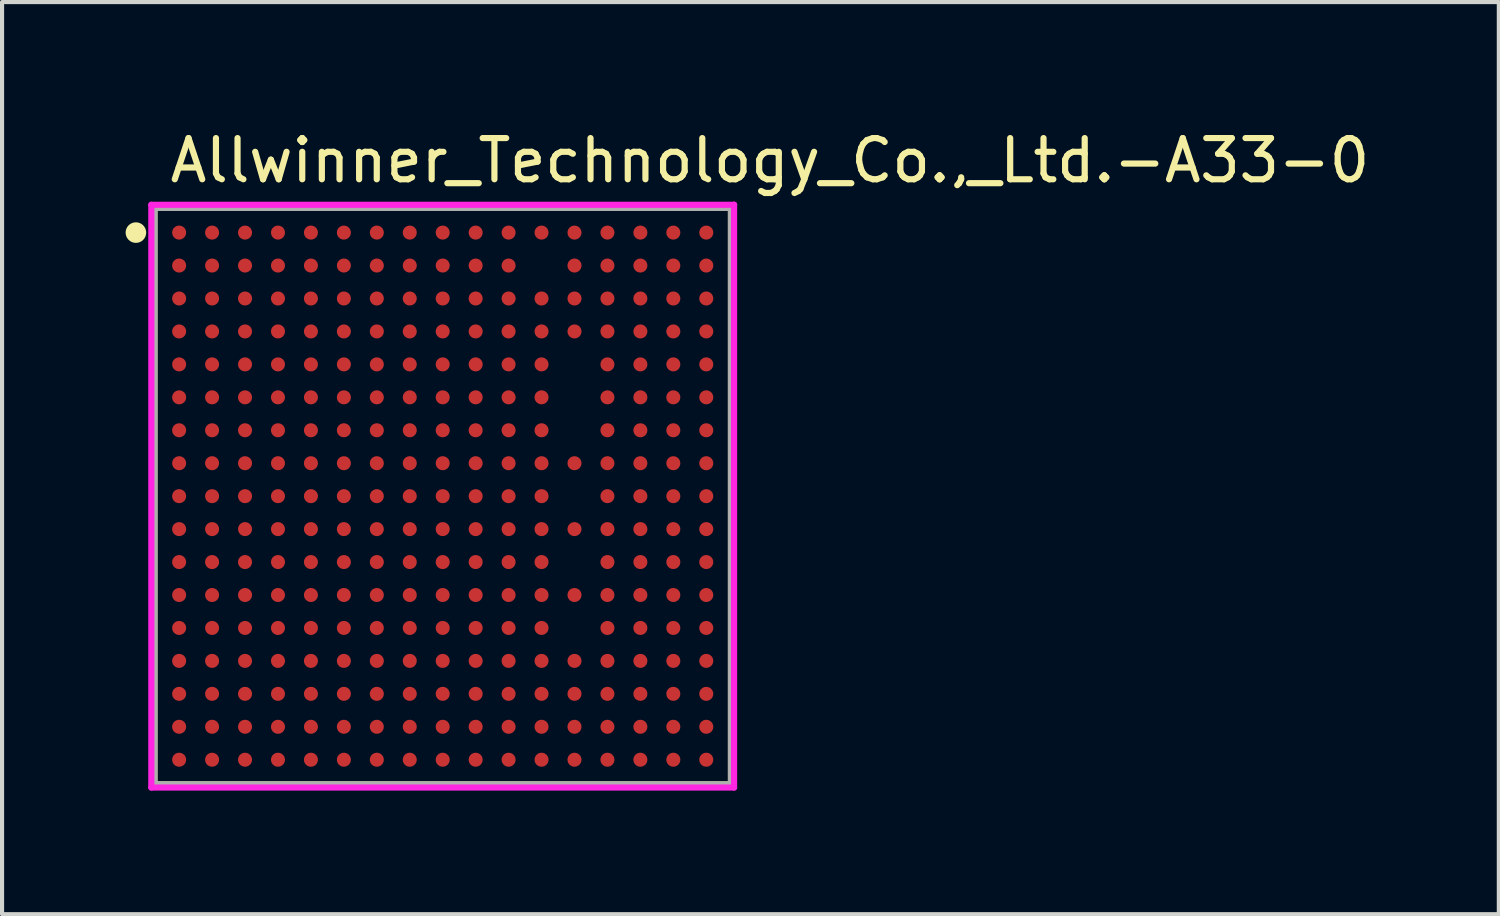
<source format=kicad_pcb>
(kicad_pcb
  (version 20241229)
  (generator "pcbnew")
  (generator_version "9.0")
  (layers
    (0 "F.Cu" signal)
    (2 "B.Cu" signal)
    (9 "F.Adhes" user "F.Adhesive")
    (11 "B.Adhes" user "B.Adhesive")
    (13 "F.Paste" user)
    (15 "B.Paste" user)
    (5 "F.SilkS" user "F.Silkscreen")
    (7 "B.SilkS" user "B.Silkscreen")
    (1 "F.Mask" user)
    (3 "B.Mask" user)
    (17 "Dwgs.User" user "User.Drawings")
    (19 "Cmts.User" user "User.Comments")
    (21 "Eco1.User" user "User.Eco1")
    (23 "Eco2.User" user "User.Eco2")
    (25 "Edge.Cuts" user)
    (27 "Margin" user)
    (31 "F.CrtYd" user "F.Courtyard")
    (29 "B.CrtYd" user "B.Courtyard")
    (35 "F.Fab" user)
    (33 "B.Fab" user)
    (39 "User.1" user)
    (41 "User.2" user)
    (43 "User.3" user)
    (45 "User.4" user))
  (footprint "Allwinner_Technology_Co.,_Ltd.-A33-0"
    (layer "F.Cu")
    (at 7.7 8.998)
    (property "Reference" "Allwinner_Technology_Co.,_Ltd.-A33-0" (at -6.7 -8.15 0) (layer "F.SilkS") (effects (font (size 1 1) (thickness 0.15)) (justify left)))
    (attr through_hole)
    (fp_line (start -7 -7) (end 7 -7) (stroke (width 0.15) (type solid)) (layer "F.SilkS"))
    (fp_line (start -7 7) (end -7 -7) (stroke (width 0.15) (type solid)) (layer "F.SilkS"))
    (fp_line (start 7 -7) (end 7 7) (stroke (width 0.15) (type solid)) (layer "F.SilkS"))
    (fp_line (start 7 7) (end -7 7) (stroke (width 0.15) (type solid)) (layer "F.SilkS"))
    (fp_circle (center -7.45 -6.4) (end -7.325 -6.4) (stroke (width 0.25) (type solid)) (fill no) (layer "F.SilkS"))
    (fp_line (start -7.075 -7.075) (end -7.075 7.075) (stroke (width 0.15) (type solid)) (layer "F.CrtYd"))
    (fp_line (start -7.075 7.075) (end 7.075 7.075) (stroke (width 0.15) (type solid)) (layer "F.CrtYd"))
    (fp_line (start 7.075 -7.075) (end -7.075 -7.075) (stroke (width 0.15) (type solid)) (layer "F.CrtYd"))
    (fp_line (start 7.075 -7.075) (end 7.075 -7.075) (stroke (width 0.15) (type solid)) (layer "F.CrtYd"))
    (fp_line (start 7.075 7.075) (end 7.075 -7.075) (stroke (width 0.15) (type solid)) (layer "F.CrtYd"))
    (fp_line (start -7 -7) (end 7 -7) (stroke (width 0.15) (type solid)) (layer "F.Fab"))
    (fp_line (start -7 7) (end -7 -7) (stroke (width 0.15) (type solid)) (layer "F.Fab"))
    (fp_line (start 7 -7) (end 7 7) (stroke (width 0.15) (type solid)) (layer "F.Fab"))
    (fp_line (start 7 7) (end -7 7) (stroke (width 0.15) (type solid)) (layer "F.Fab"))
    (pad "A1" smd circle (at -6.4 -6.4) (size 0.34 0.34) (layers "F.Cu" "F.Mask" "F.Paste"))
    (pad "A2" smd circle (at -5.6 -6.4) (size 0.34 0.34) (layers "F.Cu" "F.Mask" "F.Paste"))
    (pad "A3" smd circle (at -4.8 -6.4) (size 0.34 0.34) (layers "F.Cu" "F.Mask" "F.Paste"))
    (pad "A4" smd circle (at -4 -6.4) (size 0.34 0.34) (layers "F.Cu" "F.Mask" "F.Paste"))
    (pad "A5" smd circle (at -3.2 -6.4) (size 0.34 0.34) (layers "F.Cu" "F.Mask" "F.Paste"))
    (pad "A6" smd circle (at -2.4 -6.4) (size 0.34 0.34) (layers "F.Cu" "F.Mask" "F.Paste"))
    (pad "A7" smd circle (at -1.6 -6.4) (size 0.34 0.34) (layers "F.Cu" "F.Mask" "F.Paste"))
    (pad "A8" smd circle (at -0.8 -6.4) (size 0.34 0.34) (layers "F.Cu" "F.Mask" "F.Paste"))
    (pad "A9" smd circle (at 0 -6.4) (size 0.34 0.34) (layers "F.Cu" "F.Mask" "F.Paste"))
    (pad "A10" smd circle (at 0.8 -6.4) (size 0.34 0.34) (layers "F.Cu" "F.Mask" "F.Paste"))
    (pad "A11" smd circle (at 1.6 -6.4) (size 0.34 0.34) (layers "F.Cu" "F.Mask" "F.Paste"))
    (pad "A12" smd circle (at 2.4 -6.4) (size 0.34 0.34) (layers "F.Cu" "F.Mask" "F.Paste"))
    (pad "A13" smd circle (at 3.2 -6.4) (size 0.34 0.34) (layers "F.Cu" "F.Mask" "F.Paste"))
    (pad "A14" smd circle (at 4 -6.4) (size 0.34 0.34) (layers "F.Cu" "F.Mask" "F.Paste"))
    (pad "A15" smd circle (at 4.8 -6.4) (size 0.34 0.34) (layers "F.Cu" "F.Mask" "F.Paste"))
    (pad "A16" smd circle (at 5.6 -6.4) (size 0.34 0.34) (layers "F.Cu" "F.Mask" "F.Paste"))
    (pad "A17" smd circle (at 6.4 -6.4) (size 0.34 0.34) (layers "F.Cu" "F.Mask" "F.Paste"))
    (pad "B1" smd circle (at -6.4 -5.6) (size 0.34 0.34) (layers "F.Cu" "F.Mask" "F.Paste"))
    (pad "B2" smd circle (at -5.6 -5.6) (size 0.34 0.34) (layers "F.Cu" "F.Mask" "F.Paste"))
    (pad "B3" smd circle (at -4.8 -5.6) (size 0.34 0.34) (layers "F.Cu" "F.Mask" "F.Paste"))
    (pad "B4" smd circle (at -4 -5.6) (size 0.34 0.34) (layers "F.Cu" "F.Mask" "F.Paste"))
    (pad "B5" smd circle (at -3.2 -5.6) (size 0.34 0.34) (layers "F.Cu" "F.Mask" "F.Paste"))
    (pad "B6" smd circle (at -2.4 -5.6) (size 0.34 0.34) (layers "F.Cu" "F.Mask" "F.Paste"))
    (pad "B7" smd circle (at -1.6 -5.6) (size 0.34 0.34) (layers "F.Cu" "F.Mask" "F.Paste"))
    (pad "B8" smd circle (at -0.8 -5.6) (size 0.34 0.34) (layers "F.Cu" "F.Mask" "F.Paste"))
    (pad "B9" smd circle (at 0 -5.6) (size 0.34 0.34) (layers "F.Cu" "F.Mask" "F.Paste"))
    (pad "B10" smd circle (at 0.8 -5.6) (size 0.34 0.34) (layers "F.Cu" "F.Mask" "F.Paste"))
    (pad "B11" smd circle (at 1.6 -5.6) (size 0.34 0.34) (layers "F.Cu" "F.Mask" "F.Paste"))
    (pad "B13" smd circle (at 3.2 -5.6) (size 0.34 0.34) (layers "F.Cu" "F.Mask" "F.Paste"))
    (pad "B14" smd circle (at 4 -5.6) (size 0.34 0.34) (layers "F.Cu" "F.Mask" "F.Paste"))
    (pad "B15" smd circle (at 4.8 -5.6) (size 0.34 0.34) (layers "F.Cu" "F.Mask" "F.Paste"))
    (pad "B16" smd circle (at 5.6 -5.6) (size 0.34 0.34) (layers "F.Cu" "F.Mask" "F.Paste"))
    (pad "B17" smd circle (at 6.4 -5.6) (size 0.34 0.34) (layers "F.Cu" "F.Mask" "F.Paste"))
    (pad "C1" smd circle (at -6.4 -4.8) (size 0.34 0.34) (layers "F.Cu" "F.Mask" "F.Paste"))
    (pad "C2" smd circle (at -5.6 -4.8) (size 0.34 0.34) (layers "F.Cu" "F.Mask" "F.Paste"))
    (pad "C3" smd circle (at -4.8 -4.8) (size 0.34 0.34) (layers "F.Cu" "F.Mask" "F.Paste"))
    (pad "C4" smd circle (at -4 -4.8) (size 0.34 0.34) (layers "F.Cu" "F.Mask" "F.Paste"))
    (pad "C5" smd circle (at -3.2 -4.8) (size 0.34 0.34) (layers "F.Cu" "F.Mask" "F.Paste"))
    (pad "C6" smd circle (at -2.4 -4.8) (size 0.34 0.34) (layers "F.Cu" "F.Mask" "F.Paste"))
    (pad "C7" smd circle (at -1.6 -4.8) (size 0.34 0.34) (layers "F.Cu" "F.Mask" "F.Paste"))
    (pad "C8" smd circle (at -0.8 -4.8) (size 0.34 0.34) (layers "F.Cu" "F.Mask" "F.Paste"))
    (pad "C9" smd circle (at 0 -4.8) (size 0.34 0.34) (layers "F.Cu" "F.Mask" "F.Paste"))
    (pad "C10" smd circle (at 0.8 -4.8) (size 0.34 0.34) (layers "F.Cu" "F.Mask" "F.Paste"))
    (pad "C11" smd circle (at 1.6 -4.8) (size 0.34 0.34) (layers "F.Cu" "F.Mask" "F.Paste"))
    (pad "C12" smd circle (at 2.4 -4.8) (size 0.34 0.34) (layers "F.Cu" "F.Mask" "F.Paste"))
    (pad "C13" smd circle (at 3.2 -4.8) (size 0.34 0.34) (layers "F.Cu" "F.Mask" "F.Paste"))
    (pad "C14" smd circle (at 4 -4.8) (size 0.34 0.34) (layers "F.Cu" "F.Mask" "F.Paste"))
    (pad "C15" smd circle (at 4.8 -4.8) (size 0.34 0.34) (layers "F.Cu" "F.Mask" "F.Paste"))
    (pad "C16" smd circle (at 5.6 -4.8) (size 0.34 0.34) (layers "F.Cu" "F.Mask" "F.Paste"))
    (pad "C17" smd circle (at 6.4 -4.8) (size 0.34 0.34) (layers "F.Cu" "F.Mask" "F.Paste"))
    (pad "D1" smd circle (at -6.4 -4) (size 0.34 0.34) (layers "F.Cu" "F.Mask" "F.Paste"))
    (pad "D2" smd circle (at -5.6 -4) (size 0.34 0.34) (layers "F.Cu" "F.Mask" "F.Paste"))
    (pad "D3" smd circle (at -4.8 -4) (size 0.34 0.34) (layers "F.Cu" "F.Mask" "F.Paste"))
    (pad "D4" smd circle (at -4 -4) (size 0.34 0.34) (layers "F.Cu" "F.Mask" "F.Paste"))
    (pad "D5" smd circle (at -3.2 -4) (size 0.34 0.34) (layers "F.Cu" "F.Mask" "F.Paste"))
    (pad "D6" smd circle (at -2.4 -4) (size 0.34 0.34) (layers "F.Cu" "F.Mask" "F.Paste"))
    (pad "D7" smd circle (at -1.6 -4) (size 0.34 0.34) (layers "F.Cu" "F.Mask" "F.Paste"))
    (pad "D8" smd circle (at -0.8 -4) (size 0.34 0.34) (layers "F.Cu" "F.Mask" "F.Paste"))
    (pad "D9" smd circle (at 0 -4) (size 0.34 0.34) (layers "F.Cu" "F.Mask" "F.Paste"))
    (pad "D10" smd circle (at 0.8 -4) (size 0.34 0.34) (layers "F.Cu" "F.Mask" "F.Paste"))
    (pad "D11" smd circle (at 1.6 -4) (size 0.34 0.34) (layers "F.Cu" "F.Mask" "F.Paste"))
    (pad "D12" smd circle (at 2.4 -4) (size 0.34 0.34) (layers "F.Cu" "F.Mask" "F.Paste"))
    (pad "D13" smd circle (at 3.2 -4) (size 0.34 0.34) (layers "F.Cu" "F.Mask" "F.Paste"))
    (pad "D14" smd circle (at 4 -4) (size 0.34 0.34) (layers "F.Cu" "F.Mask" "F.Paste"))
    (pad "D15" smd circle (at 4.8 -4) (size 0.34 0.34) (layers "F.Cu" "F.Mask" "F.Paste"))
    (pad "D16" smd circle (at 5.6 -4) (size 0.34 0.34) (layers "F.Cu" "F.Mask" "F.Paste"))
    (pad "D17" smd circle (at 6.4 -4) (size 0.34 0.34) (layers "F.Cu" "F.Mask" "F.Paste"))
    (pad "E1" smd circle (at -6.4 -3.2) (size 0.34 0.34) (layers "F.Cu" "F.Mask" "F.Paste"))
    (pad "E2" smd circle (at -5.6 -3.2) (size 0.34 0.34) (layers "F.Cu" "F.Mask" "F.Paste"))
    (pad "E3" smd circle (at -4.8 -3.2) (size 0.34 0.34) (layers "F.Cu" "F.Mask" "F.Paste"))
    (pad "E4" smd circle (at -4 -3.2) (size 0.34 0.34) (layers "F.Cu" "F.Mask" "F.Paste"))
    (pad "E5" smd circle (at -3.2 -3.2) (size 0.34 0.34) (layers "F.Cu" "F.Mask" "F.Paste"))
    (pad "E6" smd circle (at -2.4 -3.2) (size 0.34 0.34) (layers "F.Cu" "F.Mask" "F.Paste"))
    (pad "E7" smd circle (at -1.6 -3.2) (size 0.34 0.34) (layers "F.Cu" "F.Mask" "F.Paste"))
    (pad "E8" smd circle (at -0.8 -3.2) (size 0.34 0.34) (layers "F.Cu" "F.Mask" "F.Paste"))
    (pad "E9" smd circle (at 0 -3.2) (size 0.34 0.34) (layers "F.Cu" "F.Mask" "F.Paste"))
    (pad "E10" smd circle (at 0.8 -3.2) (size 0.34 0.34) (layers "F.Cu" "F.Mask" "F.Paste"))
    (pad "E11" smd circle (at 1.6 -3.2) (size 0.34 0.34) (layers "F.Cu" "F.Mask" "F.Paste"))
    (pad "E12" smd circle (at 2.4 -3.2) (size 0.34 0.34) (layers "F.Cu" "F.Mask" "F.Paste"))
    (pad "E14" smd circle (at 4 -3.2) (size 0.34 0.34) (layers "F.Cu" "F.Mask" "F.Paste"))
    (pad "E15" smd circle (at 4.8 -3.2) (size 0.34 0.34) (layers "F.Cu" "F.Mask" "F.Paste"))
    (pad "E16" smd circle (at 5.6 -3.2) (size 0.34 0.34) (layers "F.Cu" "F.Mask" "F.Paste"))
    (pad "E17" smd circle (at 6.4 -3.2) (size 0.34 0.34) (layers "F.Cu" "F.Mask" "F.Paste"))
    (pad "F1" smd circle (at -6.4 -2.4) (size 0.34 0.34) (layers "F.Cu" "F.Mask" "F.Paste"))
    (pad "F2" smd circle (at -5.6 -2.4) (size 0.34 0.34) (layers "F.Cu" "F.Mask" "F.Paste"))
    (pad "F3" smd circle (at -4.8 -2.4) (size 0.34 0.34) (layers "F.Cu" "F.Mask" "F.Paste"))
    (pad "F4" smd circle (at -4 -2.4) (size 0.34 0.34) (layers "F.Cu" "F.Mask" "F.Paste"))
    (pad "F5" smd circle (at -3.2 -2.4) (size 0.34 0.34) (layers "F.Cu" "F.Mask" "F.Paste"))
    (pad "F6" smd circle (at -2.4 -2.4) (size 0.34 0.34) (layers "F.Cu" "F.Mask" "F.Paste"))
    (pad "F7" smd circle (at -1.6 -2.4) (size 0.34 0.34) (layers "F.Cu" "F.Mask" "F.Paste"))
    (pad "F8" smd circle (at -0.8 -2.4) (size 0.34 0.34) (layers "F.Cu" "F.Mask" "F.Paste"))
    (pad "F9" smd circle (at 0 -2.4) (size 0.34 0.34) (layers "F.Cu" "F.Mask" "F.Paste"))
    (pad "F10" smd circle (at 0.8 -2.4) (size 0.34 0.34) (layers "F.Cu" "F.Mask" "F.Paste"))
    (pad "F11" smd circle (at 1.6 -2.4) (size 0.34 0.34) (layers "F.Cu" "F.Mask" "F.Paste"))
    (pad "F12" smd circle (at 2.4 -2.4) (size 0.34 0.34) (layers "F.Cu" "F.Mask" "F.Paste"))
    (pad "F14" smd circle (at 4 -2.4) (size 0.34 0.34) (layers "F.Cu" "F.Mask" "F.Paste"))
    (pad "F15" smd circle (at 4.8 -2.4) (size 0.34 0.34) (layers "F.Cu" "F.Mask" "F.Paste"))
    (pad "F16" smd circle (at 5.6 -2.4) (size 0.34 0.34) (layers "F.Cu" "F.Mask" "F.Paste"))
    (pad "F17" smd circle (at 6.4 -2.4) (size 0.34 0.34) (layers "F.Cu" "F.Mask" "F.Paste"))
    (pad "G1" smd circle (at -6.4 -1.6) (size 0.34 0.34) (layers "F.Cu" "F.Mask" "F.Paste"))
    (pad "G2" smd circle (at -5.6 -1.6) (size 0.34 0.34) (layers "F.Cu" "F.Mask" "F.Paste"))
    (pad "G3" smd circle (at -4.8 -1.6) (size 0.34 0.34) (layers "F.Cu" "F.Mask" "F.Paste"))
    (pad "G4" smd circle (at -4 -1.6) (size 0.34 0.34) (layers "F.Cu" "F.Mask" "F.Paste"))
    (pad "G5" smd circle (at -3.2 -1.6) (size 0.34 0.34) (layers "F.Cu" "F.Mask" "F.Paste"))
    (pad "G6" smd circle (at -2.4 -1.6) (size 0.34 0.34) (layers "F.Cu" "F.Mask" "F.Paste"))
    (pad "G7" smd circle (at -1.6 -1.6) (size 0.34 0.34) (layers "F.Cu" "F.Mask" "F.Paste"))
    (pad "G8" smd circle (at -0.8 -1.6) (size 0.34 0.34) (layers "F.Cu" "F.Mask" "F.Paste"))
    (pad "G9" smd circle (at 0 -1.6) (size 0.34 0.34) (layers "F.Cu" "F.Mask" "F.Paste"))
    (pad "G10" smd circle (at 0.8 -1.6) (size 0.34 0.34) (layers "F.Cu" "F.Mask" "F.Paste"))
    (pad "G11" smd circle (at 1.6 -1.6) (size 0.34 0.34) (layers "F.Cu" "F.Mask" "F.Paste"))
    (pad "G12" smd circle (at 2.4 -1.6) (size 0.34 0.34) (layers "F.Cu" "F.Mask" "F.Paste"))
    (pad "G14" smd circle (at 4 -1.6) (size 0.34 0.34) (layers "F.Cu" "F.Mask" "F.Paste"))
    (pad "G15" smd circle (at 4.8 -1.6) (size 0.34 0.34) (layers "F.Cu" "F.Mask" "F.Paste"))
    (pad "G16" smd circle (at 5.6 -1.6) (size 0.34 0.34) (layers "F.Cu" "F.Mask" "F.Paste"))
    (pad "G17" smd circle (at 6.4 -1.6) (size 0.34 0.34) (layers "F.Cu" "F.Mask" "F.Paste"))
    (pad "H1" smd circle (at -6.4 -0.8) (size 0.34 0.34) (layers "F.Cu" "F.Mask" "F.Paste"))
    (pad "H2" smd circle (at -5.6 -0.8) (size 0.34 0.34) (layers "F.Cu" "F.Mask" "F.Paste"))
    (pad "H3" smd circle (at -4.8 -0.8) (size 0.34 0.34) (layers "F.Cu" "F.Mask" "F.Paste"))
    (pad "H4" smd circle (at -4 -0.8) (size 0.34 0.34) (layers "F.Cu" "F.Mask" "F.Paste"))
    (pad "H5" smd circle (at -3.2 -0.8) (size 0.34 0.34) (layers "F.Cu" "F.Mask" "F.Paste"))
    (pad "H6" smd circle (at -2.4 -0.8) (size 0.34 0.34) (layers "F.Cu" "F.Mask" "F.Paste"))
    (pad "H7" smd circle (at -1.6 -0.8) (size 0.34 0.34) (layers "F.Cu" "F.Mask" "F.Paste"))
    (pad "H8" smd circle (at -0.8 -0.8) (size 0.34 0.34) (layers "F.Cu" "F.Mask" "F.Paste"))
    (pad "H9" smd circle (at 0 -0.8) (size 0.34 0.34) (layers "F.Cu" "F.Mask" "F.Paste"))
    (pad "H10" smd circle (at 0.8 -0.8) (size 0.34 0.34) (layers "F.Cu" "F.Mask" "F.Paste"))
    (pad "H11" smd circle (at 1.6 -0.8) (size 0.34 0.34) (layers "F.Cu" "F.Mask" "F.Paste"))
    (pad "H12" smd circle (at 2.4 -0.8) (size 0.34 0.34) (layers "F.Cu" "F.Mask" "F.Paste"))
    (pad "H13" smd circle (at 3.2 -0.8) (size 0.34 0.34) (layers "F.Cu" "F.Mask" "F.Paste"))
    (pad "H14" smd circle (at 4 -0.8) (size 0.34 0.34) (layers "F.Cu" "F.Mask" "F.Paste"))
    (pad "H15" smd circle (at 4.8 -0.8) (size 0.34 0.34) (layers "F.Cu" "F.Mask" "F.Paste"))
    (pad "H16" smd circle (at 5.6 -0.8) (size 0.34 0.34) (layers "F.Cu" "F.Mask" "F.Paste"))
    (pad "H17" smd circle (at 6.4 -0.8) (size 0.34 0.34) (layers "F.Cu" "F.Mask" "F.Paste"))
    (pad "J1" smd circle (at -6.4 0) (size 0.34 0.34) (layers "F.Cu" "F.Mask" "F.Paste"))
    (pad "J2" smd circle (at -5.6 0) (size 0.34 0.34) (layers "F.Cu" "F.Mask" "F.Paste"))
    (pad "J3" smd circle (at -4.8 0) (size 0.34 0.34) (layers "F.Cu" "F.Mask" "F.Paste"))
    (pad "J4" smd circle (at -4 0) (size 0.34 0.34) (layers "F.Cu" "F.Mask" "F.Paste"))
    (pad "J5" smd circle (at -3.2 0) (size 0.34 0.34) (layers "F.Cu" "F.Mask" "F.Paste"))
    (pad "J6" smd circle (at -2.4 0) (size 0.34 0.34) (layers "F.Cu" "F.Mask" "F.Paste"))
    (pad "J7" smd circle (at -1.6 0) (size 0.34 0.34) (layers "F.Cu" "F.Mask" "F.Paste"))
    (pad "J8" smd circle (at -0.8 0) (size 0.34 0.34) (layers "F.Cu" "F.Mask" "F.Paste"))
    (pad "J9" smd circle (at 0 0) (size 0.34 0.34) (layers "F.Cu" "F.Mask" "F.Paste"))
    (pad "J10" smd circle (at 0.8 0) (size 0.34 0.34) (layers "F.Cu" "F.Mask" "F.Paste"))
    (pad "J11" smd circle (at 1.6 0) (size 0.34 0.34) (layers "F.Cu" "F.Mask" "F.Paste"))
    (pad "J12" smd circle (at 2.4 0) (size 0.34 0.34) (layers "F.Cu" "F.Mask" "F.Paste"))
    (pad "J14" smd circle (at 4 0) (size 0.34 0.34) (layers "F.Cu" "F.Mask" "F.Paste"))
    (pad "J15" smd circle (at 4.8 0) (size 0.34 0.34) (layers "F.Cu" "F.Mask" "F.Paste"))
    (pad "J16" smd circle (at 5.6 0) (size 0.34 0.34) (layers "F.Cu" "F.Mask" "F.Paste"))
    (pad "J17" smd circle (at 6.4 0) (size 0.34 0.34) (layers "F.Cu" "F.Mask" "F.Paste"))
    (pad "K1" smd circle (at -6.4 0.8) (size 0.34 0.34) (layers "F.Cu" "F.Mask" "F.Paste"))
    (pad "K2" smd circle (at -5.6 0.8) (size 0.34 0.34) (layers "F.Cu" "F.Mask" "F.Paste"))
    (pad "K3" smd circle (at -4.8 0.8) (size 0.34 0.34) (layers "F.Cu" "F.Mask" "F.Paste"))
    (pad "K4" smd circle (at -4 0.8) (size 0.34 0.34) (layers "F.Cu" "F.Mask" "F.Paste"))
    (pad "K5" smd circle (at -3.2 0.8) (size 0.34 0.34) (layers "F.Cu" "F.Mask" "F.Paste"))
    (pad "K6" smd circle (at -2.4 0.8) (size 0.34 0.34) (layers "F.Cu" "F.Mask" "F.Paste"))
    (pad "K7" smd circle (at -1.6 0.8) (size 0.34 0.34) (layers "F.Cu" "F.Mask" "F.Paste"))
    (pad "K8" smd circle (at -0.8 0.8) (size 0.34 0.34) (layers "F.Cu" "F.Mask" "F.Paste"))
    (pad "K9" smd circle (at 0 0.8) (size 0.34 0.34) (layers "F.Cu" "F.Mask" "F.Paste"))
    (pad "K10" smd circle (at 0.8 0.8) (size 0.34 0.34) (layers "F.Cu" "F.Mask" "F.Paste"))
    (pad "K11" smd circle (at 1.6 0.8) (size 0.34 0.34) (layers "F.Cu" "F.Mask" "F.Paste"))
    (pad "K12" smd circle (at 2.4 0.8) (size 0.34 0.34) (layers "F.Cu" "F.Mask" "F.Paste"))
    (pad "K13" smd circle (at 3.2 0.8) (size 0.34 0.34) (layers "F.Cu" "F.Mask" "F.Paste"))
    (pad "K14" smd circle (at 4 0.8) (size 0.34 0.34) (layers "F.Cu" "F.Mask" "F.Paste"))
    (pad "K15" smd circle (at 4.8 0.8) (size 0.34 0.34) (layers "F.Cu" "F.Mask" "F.Paste"))
    (pad "K16" smd circle (at 5.6 0.8) (size 0.34 0.34) (layers "F.Cu" "F.Mask" "F.Paste"))
    (pad "K17" smd circle (at 6.4 0.8) (size 0.34 0.34) (layers "F.Cu" "F.Mask" "F.Paste"))
    (pad "L1" smd circle (at -6.4 1.6) (size 0.34 0.34) (layers "F.Cu" "F.Mask" "F.Paste"))
    (pad "L2" smd circle (at -5.6 1.6) (size 0.34 0.34) (layers "F.Cu" "F.Mask" "F.Paste"))
    (pad "L3" smd circle (at -4.8 1.6) (size 0.34 0.34) (layers "F.Cu" "F.Mask" "F.Paste"))
    (pad "L4" smd circle (at -4 1.6) (size 0.34 0.34) (layers "F.Cu" "F.Mask" "F.Paste"))
    (pad "L5" smd circle (at -3.2 1.6) (size 0.34 0.34) (layers "F.Cu" "F.Mask" "F.Paste"))
    (pad "L6" smd circle (at -2.4 1.6) (size 0.34 0.34) (layers "F.Cu" "F.Mask" "F.Paste"))
    (pad "L7" smd circle (at -1.6 1.6) (size 0.34 0.34) (layers "F.Cu" "F.Mask" "F.Paste"))
    (pad "L8" smd circle (at -0.8 1.6) (size 0.34 0.34) (layers "F.Cu" "F.Mask" "F.Paste"))
    (pad "L9" smd circle (at 0 1.6) (size 0.34 0.34) (layers "F.Cu" "F.Mask" "F.Paste"))
    (pad "L10" smd circle (at 0.8 1.6) (size 0.34 0.34) (layers "F.Cu" "F.Mask" "F.Paste"))
    (pad "L11" smd circle (at 1.6 1.6) (size 0.34 0.34) (layers "F.Cu" "F.Mask" "F.Paste"))
    (pad "L12" smd circle (at 2.4 1.6) (size 0.34 0.34) (layers "F.Cu" "F.Mask" "F.Paste"))
    (pad "L14" smd circle (at 4 1.6) (size 0.34 0.34) (layers "F.Cu" "F.Mask" "F.Paste"))
    (pad "L15" smd circle (at 4.8 1.6) (size 0.34 0.34) (layers "F.Cu" "F.Mask" "F.Paste"))
    (pad "L16" smd circle (at 5.6 1.6) (size 0.34 0.34) (layers "F.Cu" "F.Mask" "F.Paste"))
    (pad "L17" smd circle (at 6.4 1.6) (size 0.34 0.34) (layers "F.Cu" "F.Mask" "F.Paste"))
    (pad "M1" smd circle (at -6.4 2.4) (size 0.34 0.34) (layers "F.Cu" "F.Mask" "F.Paste"))
    (pad "M2" smd circle (at -5.6 2.4) (size 0.34 0.34) (layers "F.Cu" "F.Mask" "F.Paste"))
    (pad "M3" smd circle (at -4.8 2.4) (size 0.34 0.34) (layers "F.Cu" "F.Mask" "F.Paste"))
    (pad "M4" smd circle (at -4 2.4) (size 0.34 0.34) (layers "F.Cu" "F.Mask" "F.Paste"))
    (pad "M5" smd circle (at -3.2 2.4) (size 0.34 0.34) (layers "F.Cu" "F.Mask" "F.Paste"))
    (pad "M6" smd circle (at -2.4 2.4) (size 0.34 0.34) (layers "F.Cu" "F.Mask" "F.Paste"))
    (pad "M7" smd circle (at -1.6 2.4) (size 0.34 0.34) (layers "F.Cu" "F.Mask" "F.Paste"))
    (pad "M8" smd circle (at -0.8 2.4) (size 0.34 0.34) (layers "F.Cu" "F.Mask" "F.Paste"))
    (pad "M9" smd circle (at 0 2.4) (size 0.34 0.34) (layers "F.Cu" "F.Mask" "F.Paste"))
    (pad "M10" smd circle (at 0.8 2.4) (size 0.34 0.34) (layers "F.Cu" "F.Mask" "F.Paste"))
    (pad "M11" smd circle (at 1.6 2.4) (size 0.34 0.34) (layers "F.Cu" "F.Mask" "F.Paste"))
    (pad "M12" smd circle (at 2.4 2.4) (size 0.34 0.34) (layers "F.Cu" "F.Mask" "F.Paste"))
    (pad "M13" smd circle (at 3.2 2.4) (size 0.34 0.34) (layers "F.Cu" "F.Mask" "F.Paste"))
    (pad "M14" smd circle (at 4 2.4) (size 0.34 0.34) (layers "F.Cu" "F.Mask" "F.Paste"))
    (pad "M15" smd circle (at 4.8 2.4) (size 0.34 0.34) (layers "F.Cu" "F.Mask" "F.Paste"))
    (pad "M16" smd circle (at 5.6 2.4) (size 0.34 0.34) (layers "F.Cu" "F.Mask" "F.Paste"))
    (pad "M17" smd circle (at 6.4 2.4) (size 0.34 0.34) (layers "F.Cu" "F.Mask" "F.Paste"))
    (pad "N1" smd circle (at -6.4 3.2) (size 0.34 0.34) (layers "F.Cu" "F.Mask" "F.Paste"))
    (pad "N2" smd circle (at -5.6 3.2) (size 0.34 0.34) (layers "F.Cu" "F.Mask" "F.Paste"))
    (pad "N3" smd circle (at -4.8 3.2) (size 0.34 0.34) (layers "F.Cu" "F.Mask" "F.Paste"))
    (pad "N4" smd circle (at -4 3.2) (size 0.34 0.34) (layers "F.Cu" "F.Mask" "F.Paste"))
    (pad "N5" smd circle (at -3.2 3.2) (size 0.34 0.34) (layers "F.Cu" "F.Mask" "F.Paste"))
    (pad "N6" smd circle (at -2.4 3.2) (size 0.34 0.34) (layers "F.Cu" "F.Mask" "F.Paste"))
    (pad "N7" smd circle (at -1.6 3.2) (size 0.34 0.34) (layers "F.Cu" "F.Mask" "F.Paste"))
    (pad "N8" smd circle (at -0.8 3.2) (size 0.34 0.34) (layers "F.Cu" "F.Mask" "F.Paste"))
    (pad "N9" smd circle (at 0 3.2) (size 0.34 0.34) (layers "F.Cu" "F.Mask" "F.Paste"))
    (pad "N10" smd circle (at 0.8 3.2) (size 0.34 0.34) (layers "F.Cu" "F.Mask" "F.Paste"))
    (pad "N11" smd circle (at 1.6 3.2) (size 0.34 0.34) (layers "F.Cu" "F.Mask" "F.Paste"))
    (pad "N12" smd circle (at 2.4 3.2) (size 0.34 0.34) (layers "F.Cu" "F.Mask" "F.Paste"))
    (pad "N14" smd circle (at 4 3.2) (size 0.34 0.34) (layers "F.Cu" "F.Mask" "F.Paste"))
    (pad "N15" smd circle (at 4.8 3.2) (size 0.34 0.34) (layers "F.Cu" "F.Mask" "F.Paste"))
    (pad "N16" smd circle (at 5.6 3.2) (size 0.34 0.34) (layers "F.Cu" "F.Mask" "F.Paste"))
    (pad "N17" smd circle (at 6.4 3.2) (size 0.34 0.34) (layers "F.Cu" "F.Mask" "F.Paste"))
    (pad "P1" smd circle (at -6.4 4) (size 0.34 0.34) (layers "F.Cu" "F.Mask" "F.Paste"))
    (pad "P2" smd circle (at -5.6 4) (size 0.34 0.34) (layers "F.Cu" "F.Mask" "F.Paste"))
    (pad "P3" smd circle (at -4.8 4) (size 0.34 0.34) (layers "F.Cu" "F.Mask" "F.Paste"))
    (pad "P4" smd circle (at -4 4) (size 0.34 0.34) (layers "F.Cu" "F.Mask" "F.Paste"))
    (pad "P5" smd circle (at -3.2 4) (size 0.34 0.34) (layers "F.Cu" "F.Mask" "F.Paste"))
    (pad "P6" smd circle (at -2.4 4) (size 0.34 0.34) (layers "F.Cu" "F.Mask" "F.Paste"))
    (pad "P7" smd circle (at -1.6 4) (size 0.34 0.34) (layers "F.Cu" "F.Mask" "F.Paste"))
    (pad "P8" smd circle (at -0.8 4) (size 0.34 0.34) (layers "F.Cu" "F.Mask" "F.Paste"))
    (pad "P9" smd circle (at 0 4) (size 0.34 0.34) (layers "F.Cu" "F.Mask" "F.Paste"))
    (pad "P10" smd circle (at 0.8 4) (size 0.34 0.34) (layers "F.Cu" "F.Mask" "F.Paste"))
    (pad "P11" smd circle (at 1.6 4) (size 0.34 0.34) (layers "F.Cu" "F.Mask" "F.Paste"))
    (pad "P12" smd circle (at 2.4 4) (size 0.34 0.34) (layers "F.Cu" "F.Mask" "F.Paste"))
    (pad "P13" smd circle (at 3.2 4) (size 0.34 0.34) (layers "F.Cu" "F.Mask" "F.Paste"))
    (pad "P14" smd circle (at 4 4) (size 0.34 0.34) (layers "F.Cu" "F.Mask" "F.Paste"))
    (pad "P15" smd circle (at 4.8 4) (size 0.34 0.34) (layers "F.Cu" "F.Mask" "F.Paste"))
    (pad "P16" smd circle (at 5.6 4) (size 0.34 0.34) (layers "F.Cu" "F.Mask" "F.Paste"))
    (pad "P17" smd circle (at 6.4 4) (size 0.34 0.34) (layers "F.Cu" "F.Mask" "F.Paste"))
    (pad "R1" smd circle (at -6.4 4.8) (size 0.34 0.34) (layers "F.Cu" "F.Mask" "F.Paste"))
    (pad "R2" smd circle (at -5.6 4.8) (size 0.34 0.34) (layers "F.Cu" "F.Mask" "F.Paste"))
    (pad "R3" smd circle (at -4.8 4.8) (size 0.34 0.34) (layers "F.Cu" "F.Mask" "F.Paste"))
    (pad "R4" smd circle (at -4 4.8) (size 0.34 0.34) (layers "F.Cu" "F.Mask" "F.Paste"))
    (pad "R5" smd circle (at -3.2 4.8) (size 0.34 0.34) (layers "F.Cu" "F.Mask" "F.Paste"))
    (pad "R6" smd circle (at -2.4 4.8) (size 0.34 0.34) (layers "F.Cu" "F.Mask" "F.Paste"))
    (pad "R7" smd circle (at -1.6 4.8) (size 0.34 0.34) (layers "F.Cu" "F.Mask" "F.Paste"))
    (pad "R8" smd circle (at -0.8 4.8) (size 0.34 0.34) (layers "F.Cu" "F.Mask" "F.Paste"))
    (pad "R9" smd circle (at 0 4.8) (size 0.34 0.34) (layers "F.Cu" "F.Mask" "F.Paste"))
    (pad "R10" smd circle (at 0.8 4.8) (size 0.34 0.34) (layers "F.Cu" "F.Mask" "F.Paste"))
    (pad "R11" smd circle (at 1.6 4.8) (size 0.34 0.34) (layers "F.Cu" "F.Mask" "F.Paste"))
    (pad "R12" smd circle (at 2.4 4.8) (size 0.34 0.34) (layers "F.Cu" "F.Mask" "F.Paste"))
    (pad "R13" smd circle (at 3.2 4.8) (size 0.34 0.34) (layers "F.Cu" "F.Mask" "F.Paste"))
    (pad "R14" smd circle (at 4 4.8) (size 0.34 0.34) (layers "F.Cu" "F.Mask" "F.Paste"))
    (pad "R15" smd circle (at 4.8 4.8) (size 0.34 0.34) (layers "F.Cu" "F.Mask" "F.Paste"))
    (pad "R16" smd circle (at 5.6 4.8) (size 0.34 0.34) (layers "F.Cu" "F.Mask" "F.Paste"))
    (pad "R17" smd circle (at 6.4 4.8) (size 0.34 0.34) (layers "F.Cu" "F.Mask" "F.Paste"))
    (pad "T1" smd circle (at -6.4 5.6) (size 0.34 0.34) (layers "F.Cu" "F.Mask" "F.Paste"))
    (pad "T2" smd circle (at -5.6 5.6) (size 0.34 0.34) (layers "F.Cu" "F.Mask" "F.Paste"))
    (pad "T3" smd circle (at -4.8 5.6) (size 0.34 0.34) (layers "F.Cu" "F.Mask" "F.Paste"))
    (pad "T4" smd circle (at -4 5.6) (size 0.34 0.34) (layers "F.Cu" "F.Mask" "F.Paste"))
    (pad "T5" smd circle (at -3.2 5.6) (size 0.34 0.34) (layers "F.Cu" "F.Mask" "F.Paste"))
    (pad "T6" smd circle (at -2.4 5.6) (size 0.34 0.34) (layers "F.Cu" "F.Mask" "F.Paste"))
    (pad "T7" smd circle (at -1.6 5.6) (size 0.34 0.34) (layers "F.Cu" "F.Mask" "F.Paste"))
    (pad "T8" smd circle (at -0.8 5.6) (size 0.34 0.34) (layers "F.Cu" "F.Mask" "F.Paste"))
    (pad "T9" smd circle (at 0 5.6) (size 0.34 0.34) (layers "F.Cu" "F.Mask" "F.Paste"))
    (pad "T10" smd circle (at 0.8 5.6) (size 0.34 0.34) (layers "F.Cu" "F.Mask" "F.Paste"))
    (pad "T11" smd circle (at 1.6 5.6) (size 0.34 0.34) (layers "F.Cu" "F.Mask" "F.Paste"))
    (pad "T12" smd circle (at 2.4 5.6) (size 0.34 0.34) (layers "F.Cu" "F.Mask" "F.Paste"))
    (pad "T13" smd circle (at 3.2 5.6) (size 0.34 0.34) (layers "F.Cu" "F.Mask" "F.Paste"))
    (pad "T14" smd circle (at 4 5.6) (size 0.34 0.34) (layers "F.Cu" "F.Mask" "F.Paste"))
    (pad "T15" smd circle (at 4.8 5.6) (size 0.34 0.34) (layers "F.Cu" "F.Mask" "F.Paste"))
    (pad "T16" smd circle (at 5.6 5.6) (size 0.34 0.34) (layers "F.Cu" "F.Mask" "F.Paste"))
    (pad "T17" smd circle (at 6.4 5.6) (size 0.34 0.34) (layers "F.Cu" "F.Mask" "F.Paste"))
    (pad "U1" smd circle (at -6.4 6.4) (size 0.34 0.34) (layers "F.Cu" "F.Mask" "F.Paste"))
    (pad "U2" smd circle (at -5.6 6.4) (size 0.34 0.34) (layers "F.Cu" "F.Mask" "F.Paste"))
    (pad "U3" smd circle (at -4.8 6.4) (size 0.34 0.34) (layers "F.Cu" "F.Mask" "F.Paste"))
    (pad "U4" smd circle (at -4 6.4) (size 0.34 0.34) (layers "F.Cu" "F.Mask" "F.Paste"))
    (pad "U5" smd circle (at -3.2 6.4) (size 0.34 0.34) (layers "F.Cu" "F.Mask" "F.Paste"))
    (pad "U6" smd circle (at -2.4 6.4) (size 0.34 0.34) (layers "F.Cu" "F.Mask" "F.Paste"))
    (pad "U7" smd circle (at -1.6 6.4) (size 0.34 0.34) (layers "F.Cu" "F.Mask" "F.Paste"))
    (pad "U8" smd circle (at -0.8 6.4) (size 0.34 0.34) (layers "F.Cu" "F.Mask" "F.Paste"))
    (pad "U9" smd circle (at 0 6.4) (size 0.34 0.34) (layers "F.Cu" "F.Mask" "F.Paste"))
    (pad "U10" smd circle (at 0.8 6.4) (size 0.34 0.34) (layers "F.Cu" "F.Mask" "F.Paste"))
    (pad "U11" smd circle (at 1.6 6.4) (size 0.34 0.34) (layers "F.Cu" "F.Mask" "F.Paste"))
    (pad "U12" smd circle (at 2.4 6.4) (size 0.34 0.34) (layers "F.Cu" "F.Mask" "F.Paste"))
    (pad "U13" smd circle (at 3.2 6.4) (size 0.34 0.34) (layers "F.Cu" "F.Mask" "F.Paste"))
    (pad "U14" smd circle (at 4 6.4) (size 0.34 0.34) (layers "F.Cu" "F.Mask" "F.Paste"))
    (pad "U15" smd circle (at 4.8 6.4) (size 0.34 0.34) (layers "F.Cu" "F.Mask" "F.Paste"))
    (pad "U16" smd circle (at 5.6 6.4) (size 0.34 0.34) (layers "F.Cu" "F.Mask" "F.Paste"))
    (pad "U17" smd circle (at 6.4 6.4) (size 0.34 0.34) (layers "F.Cu" "F.Mask" "F.Paste")))
  (gr_rect
    (start -3 -3)
    (end 33.345 19.148)
    (stroke (width 0.1) (type default))
    (fill no)
    (layer "Edge.Cuts")))
</source>
